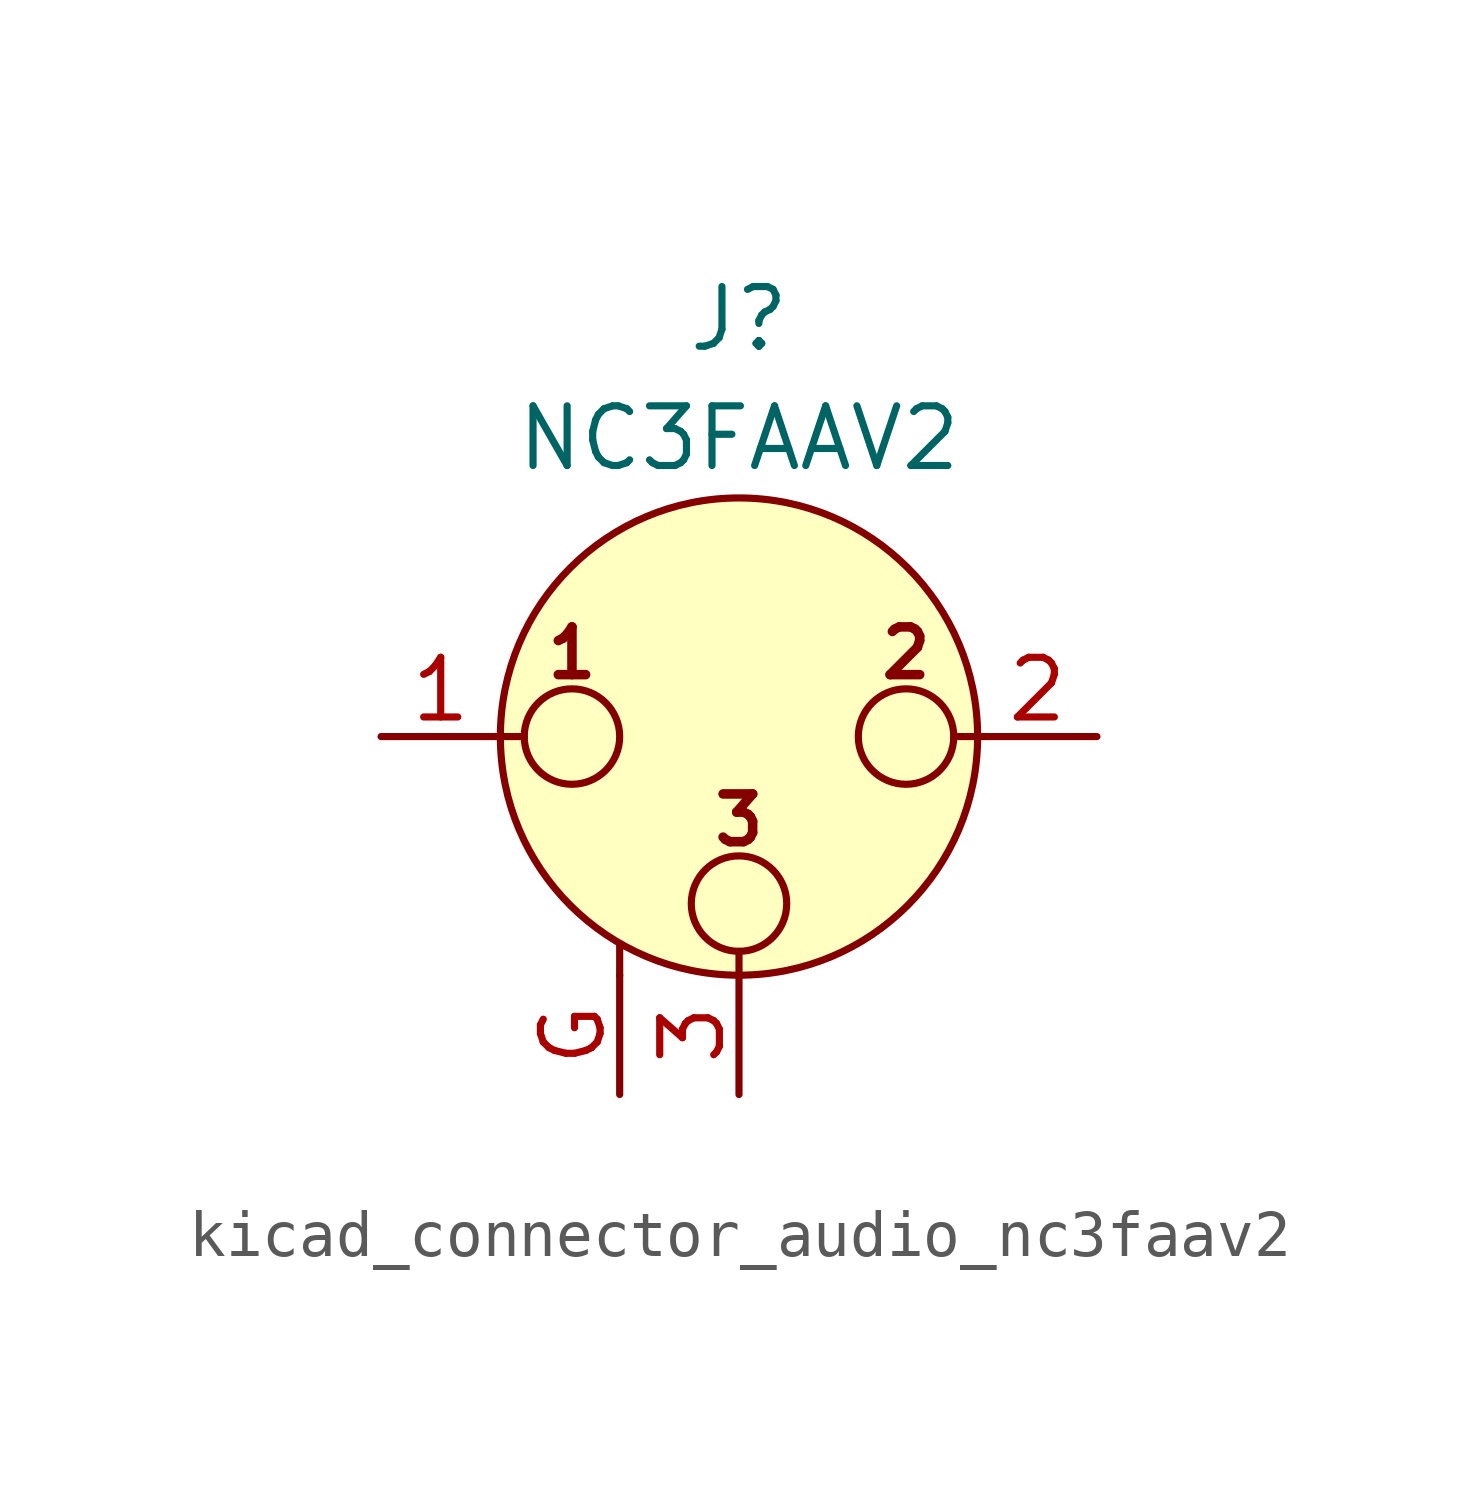
<source format=kicad_sym>
(kicad_symbol_lib
  (version 20220914)
  (generator kicad_symbol_editor)
  (symbol "kicad_connector_audio_nc3faav2"
    (pin_names hide)
    (property "Reference" "J"
      (at 0 8.89 0)
      (effects (font (size 1.27 1.27))))
    (property "Value" "NC3FAAV2"
      (at 0 6.35 0)
      (effects (font (size 1.27 1.27))))
    (symbol "kicad_connector_audio_nc3faav2_0_1"
      (circle (center -3.556 0) (radius 1.016) (stroke (width 0) (type default)) (fill (type none)))
      (circle (center 0 -3.556) (radius 1.016) (stroke (width 0) (type default)) (fill (type none)))
      (polyline (pts (xy -5.08 0) (xy -4.572 0)) (stroke (width 0) (type default)) (fill (type none)))
      (polyline (pts (xy -2.54 -5.08) (xy -2.54 -4.445)) (stroke (width 0) (type default)) (fill (type none)))
      (polyline (pts (xy 0 -5.08) (xy 0 -4.572)) (stroke (width 0) (type default)) (fill (type none)))
      (polyline (pts (xy 5.08 0) (xy 4.572 0)) (stroke (width 0) (type default)) (fill (type none)))
      (circle (center 0 0) (radius 5.08) (stroke (width 0) (type default)) (fill (type background)))
      (circle (center 3.556 0) (radius 1.016) (stroke (width 0) (type default)) (fill (type none)))
      (text "1" (at -3.556 1.778 0) (effects (font (size 1.016 1.016) bold)))
      (text "2" (at 3.556 1.778 0) (effects (font (size 1.016 1.016) bold)))
      (text "3" (at 0 -1.778 0) (effects (font (size 1.016 1.016) bold)))
      (pin passive line (at -7.62 0 0) (length 2.54) (name "~" (effects (font (size 1.27 1.27)))) (number "1" (effects (font (size 1.27 1.27)))))
      (pin passive line (at 7.62 0 180) (length 2.54) (name "~" (effects (font (size 1.27 1.27)))) (number "2" (effects (font (size 1.27 1.27)))))
      (pin passive line (at 0 -7.62 90) (length 2.54) (name "~" (effects (font (size 1.27 1.27)))) (number "3" (effects (font (size 1.27 1.27))))))
    (symbol "kicad_connector_audio_nc3faav2_1_1"
      (pin passive line (at -2.54 -7.62 90) (length 2.54) (name "~" (effects (font (size 1.27 1.27)))) (number "G" (effects (font (size 1.27 1.27))))))))
</source>
